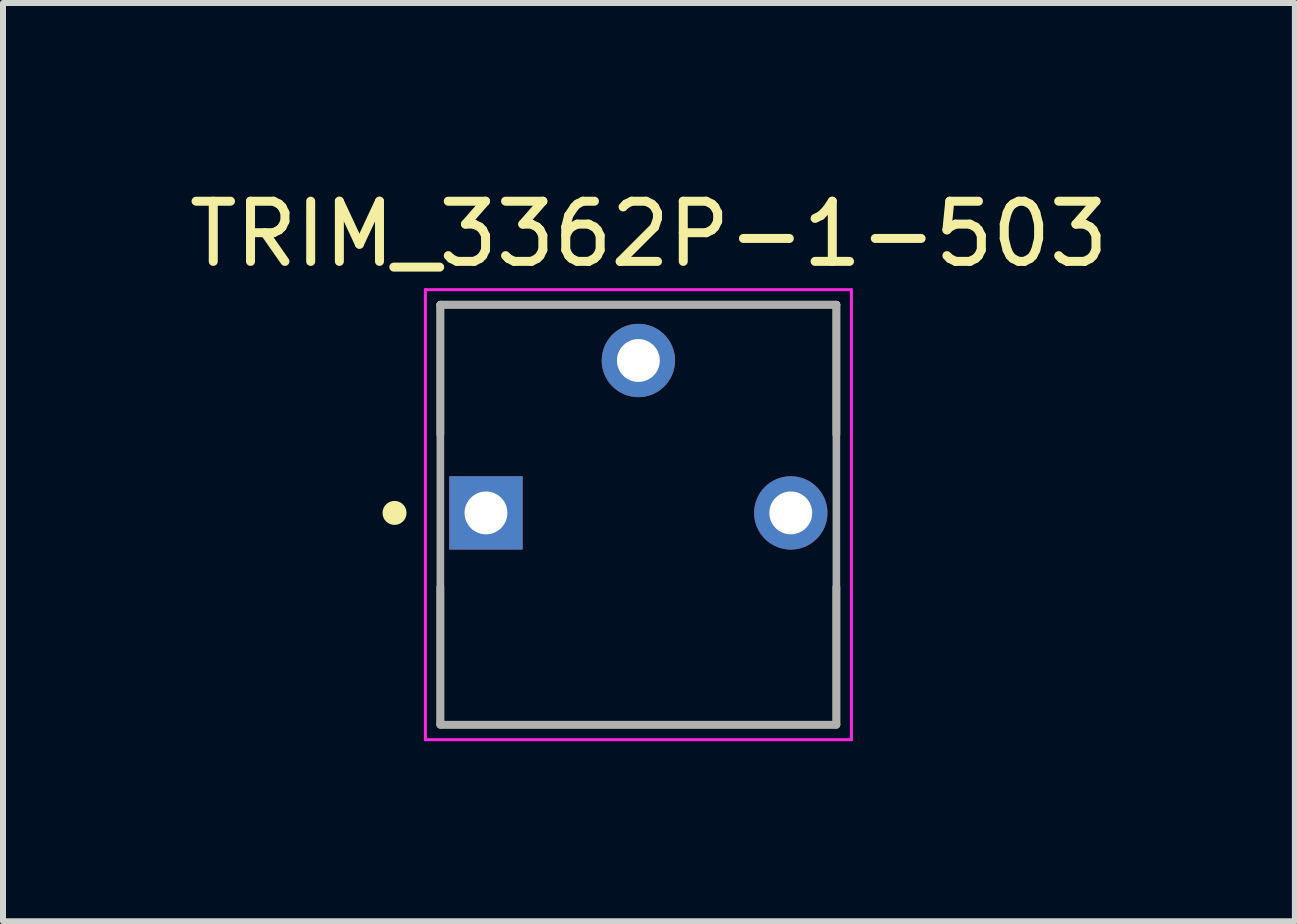
<source format=kicad_pcb>
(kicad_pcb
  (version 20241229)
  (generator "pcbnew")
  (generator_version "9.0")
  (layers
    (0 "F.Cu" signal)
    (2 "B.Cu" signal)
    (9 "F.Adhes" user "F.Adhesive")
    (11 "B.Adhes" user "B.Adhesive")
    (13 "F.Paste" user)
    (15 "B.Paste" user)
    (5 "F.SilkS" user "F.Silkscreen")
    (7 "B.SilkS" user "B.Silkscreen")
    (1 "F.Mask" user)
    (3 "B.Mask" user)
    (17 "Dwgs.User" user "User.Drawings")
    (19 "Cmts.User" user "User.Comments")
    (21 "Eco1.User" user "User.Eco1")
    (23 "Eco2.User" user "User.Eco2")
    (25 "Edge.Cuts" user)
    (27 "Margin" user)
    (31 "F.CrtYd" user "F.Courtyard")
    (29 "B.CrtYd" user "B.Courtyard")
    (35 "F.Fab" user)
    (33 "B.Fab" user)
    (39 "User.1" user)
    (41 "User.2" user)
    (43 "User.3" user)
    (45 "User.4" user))
  (footprint "TRIM_3362P-1-503"
    (layer "F.Cu")
    (at 7.589 5.498)
    (property "Reference" "TRIM_3362P-1-503" (at 0.175 -4.648 0) (layer "F.SilkS") (effects (font (size 1.003 1.003) (thickness 0.15))))
    (attr through_hole)
    (fp_line (start -3.3 -3.47) (end 3.3 -3.47) (stroke (width 0.127) (type solid)) (layer "F.SilkS"))
    (fp_line (start -3.3 -1.305) (end -3.3 -3.47) (stroke (width 0.127) (type solid)) (layer "F.SilkS"))
    (fp_line (start -3.3 3.52) (end -3.3 1.235) (stroke (width 0.127) (type solid)) (layer "F.SilkS"))
    (fp_line (start 3.3 -3.47) (end 3.3 -1.305) (stroke (width 0.127) (type solid)) (layer "F.SilkS"))
    (fp_line (start 3.3 1.235) (end 3.3 3.52) (stroke (width 0.127) (type solid)) (layer "F.SilkS"))
    (fp_line (start 3.3 3.53) (end -3.3 3.53) (stroke (width 0.127) (type solid)) (layer "F.SilkS"))
    (fp_circle (center -4.064 0) (end -3.964 0) (stroke (width 0.2) (type solid)) (fill no) (layer "F.SilkS"))
    (fp_line (start -3.55 -3.72) (end 3.55 -3.72) (stroke (width 0.05) (type solid)) (layer "F.CrtYd"))
    (fp_line (start -3.55 3.78) (end -3.55 -3.72) (stroke (width 0.05) (type solid)) (layer "F.CrtYd"))
    (fp_line (start 3.55 -3.72) (end 3.55 3.78) (stroke (width 0.05) (type solid)) (layer "F.CrtYd"))
    (fp_line (start 3.55 3.78) (end -3.55 3.78) (stroke (width 0.05) (type solid)) (layer "F.CrtYd"))
    (fp_line (start -3.3 -3.47) (end 3.3 -3.47) (stroke (width 0.127) (type solid)) (layer "F.Fab"))
    (fp_line (start -3.3 3.53) (end -3.3 -3.47) (stroke (width 0.127) (type solid)) (layer "F.Fab"))
    (fp_line (start 3.3 -3.47) (end 3.3 3.53) (stroke (width 0.127) (type solid)) (layer "F.Fab"))
    (fp_line (start 3.3 3.53) (end -3.3 3.53) (stroke (width 0.127) (type solid)) (layer "F.Fab"))
    (pad "1" thru_hole rect (at -2.54 0) (size 1.222 1.222) (drill 0.714) (layers "*.Cu" "*.Mask"))
    (pad "2" thru_hole circle (at 0 -2.54) (size 1.222 1.222) (drill 0.714) (layers "*.Cu" "*.Mask"))
    (pad "3" thru_hole circle (at 2.54 0) (size 1.222 1.222) (drill 0.714) (layers "*.Cu" "*.Mask")))
  (gr_rect
    (start -3 -3)
    (end 18.53 12.303)
    (stroke (width 0.1) (type default))
    (fill no)
    (layer "Edge.Cuts")))
</source>
